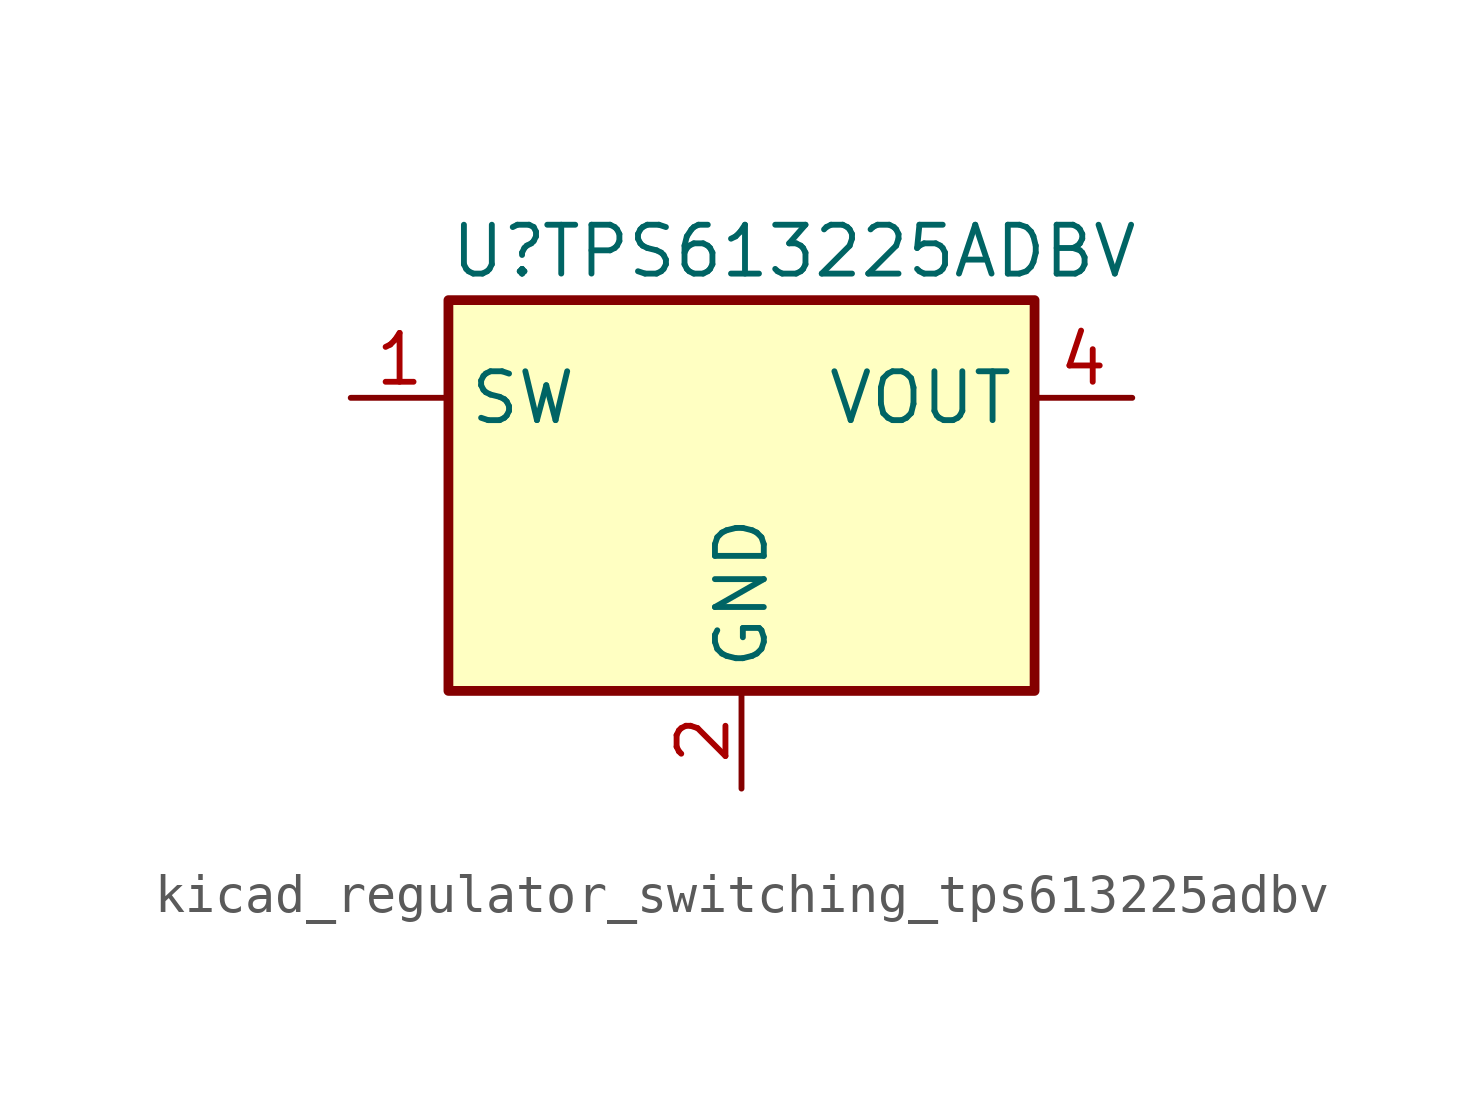
<source format=kicad_sym>
(kicad_symbol_lib
  (version 20220914)
  (generator kicad_symbol_editor)
  (symbol "kicad_regulator_switching_tps613225adbv"
    (property "Reference" "U"
      (at -7.62 6.35 0)
      (effects (font (size 1.27 1.27)) (justify left)))
    (property "Value" "TPS613225ADBV"
      (at 2.54 6.35 0)
      (effects (font (size 1.27 1.27))))
    (symbol "kicad_regulator_switching_tps613225adbv_0_1"
      (rectangle (start -7.62 5.08) (end 7.62 -5.08) (stroke (width 0.254) (type default)) (fill (type background))))
    (symbol "kicad_regulator_switching_tps613225adbv_1_1"
      (pin power_in line (at -10.16 2.54 0) (length 2.54) (name "SW" (effects (font (size 1.27 1.27)))) (number "1" (effects (font (size 1.27 1.27)))))
      (pin power_in line (at 0 -7.62 90) (length 2.54) (name "GND" (effects (font (size 1.27 1.27)))) (number "2" (effects (font (size 1.27 1.27)))))
      (pin no_connect line (at -7.62 -2.54 0) (length 2.54) hide (name "NC" (effects (font (size 1.27 1.27)))) (number "3" (effects (font (size 1.27 1.27)))))
      (pin power_out line (at 10.16 2.54 180) (length 2.54) (name "VOUT" (effects (font (size 1.27 1.27)))) (number "4" (effects (font (size 1.27 1.27)))))
      (pin no_connect line (at 7.62 -2.54 180) (length 2.54) hide (name "NC" (effects (font (size 1.27 1.27)))) (number "5" (effects (font (size 1.27 1.27))))))))
</source>
